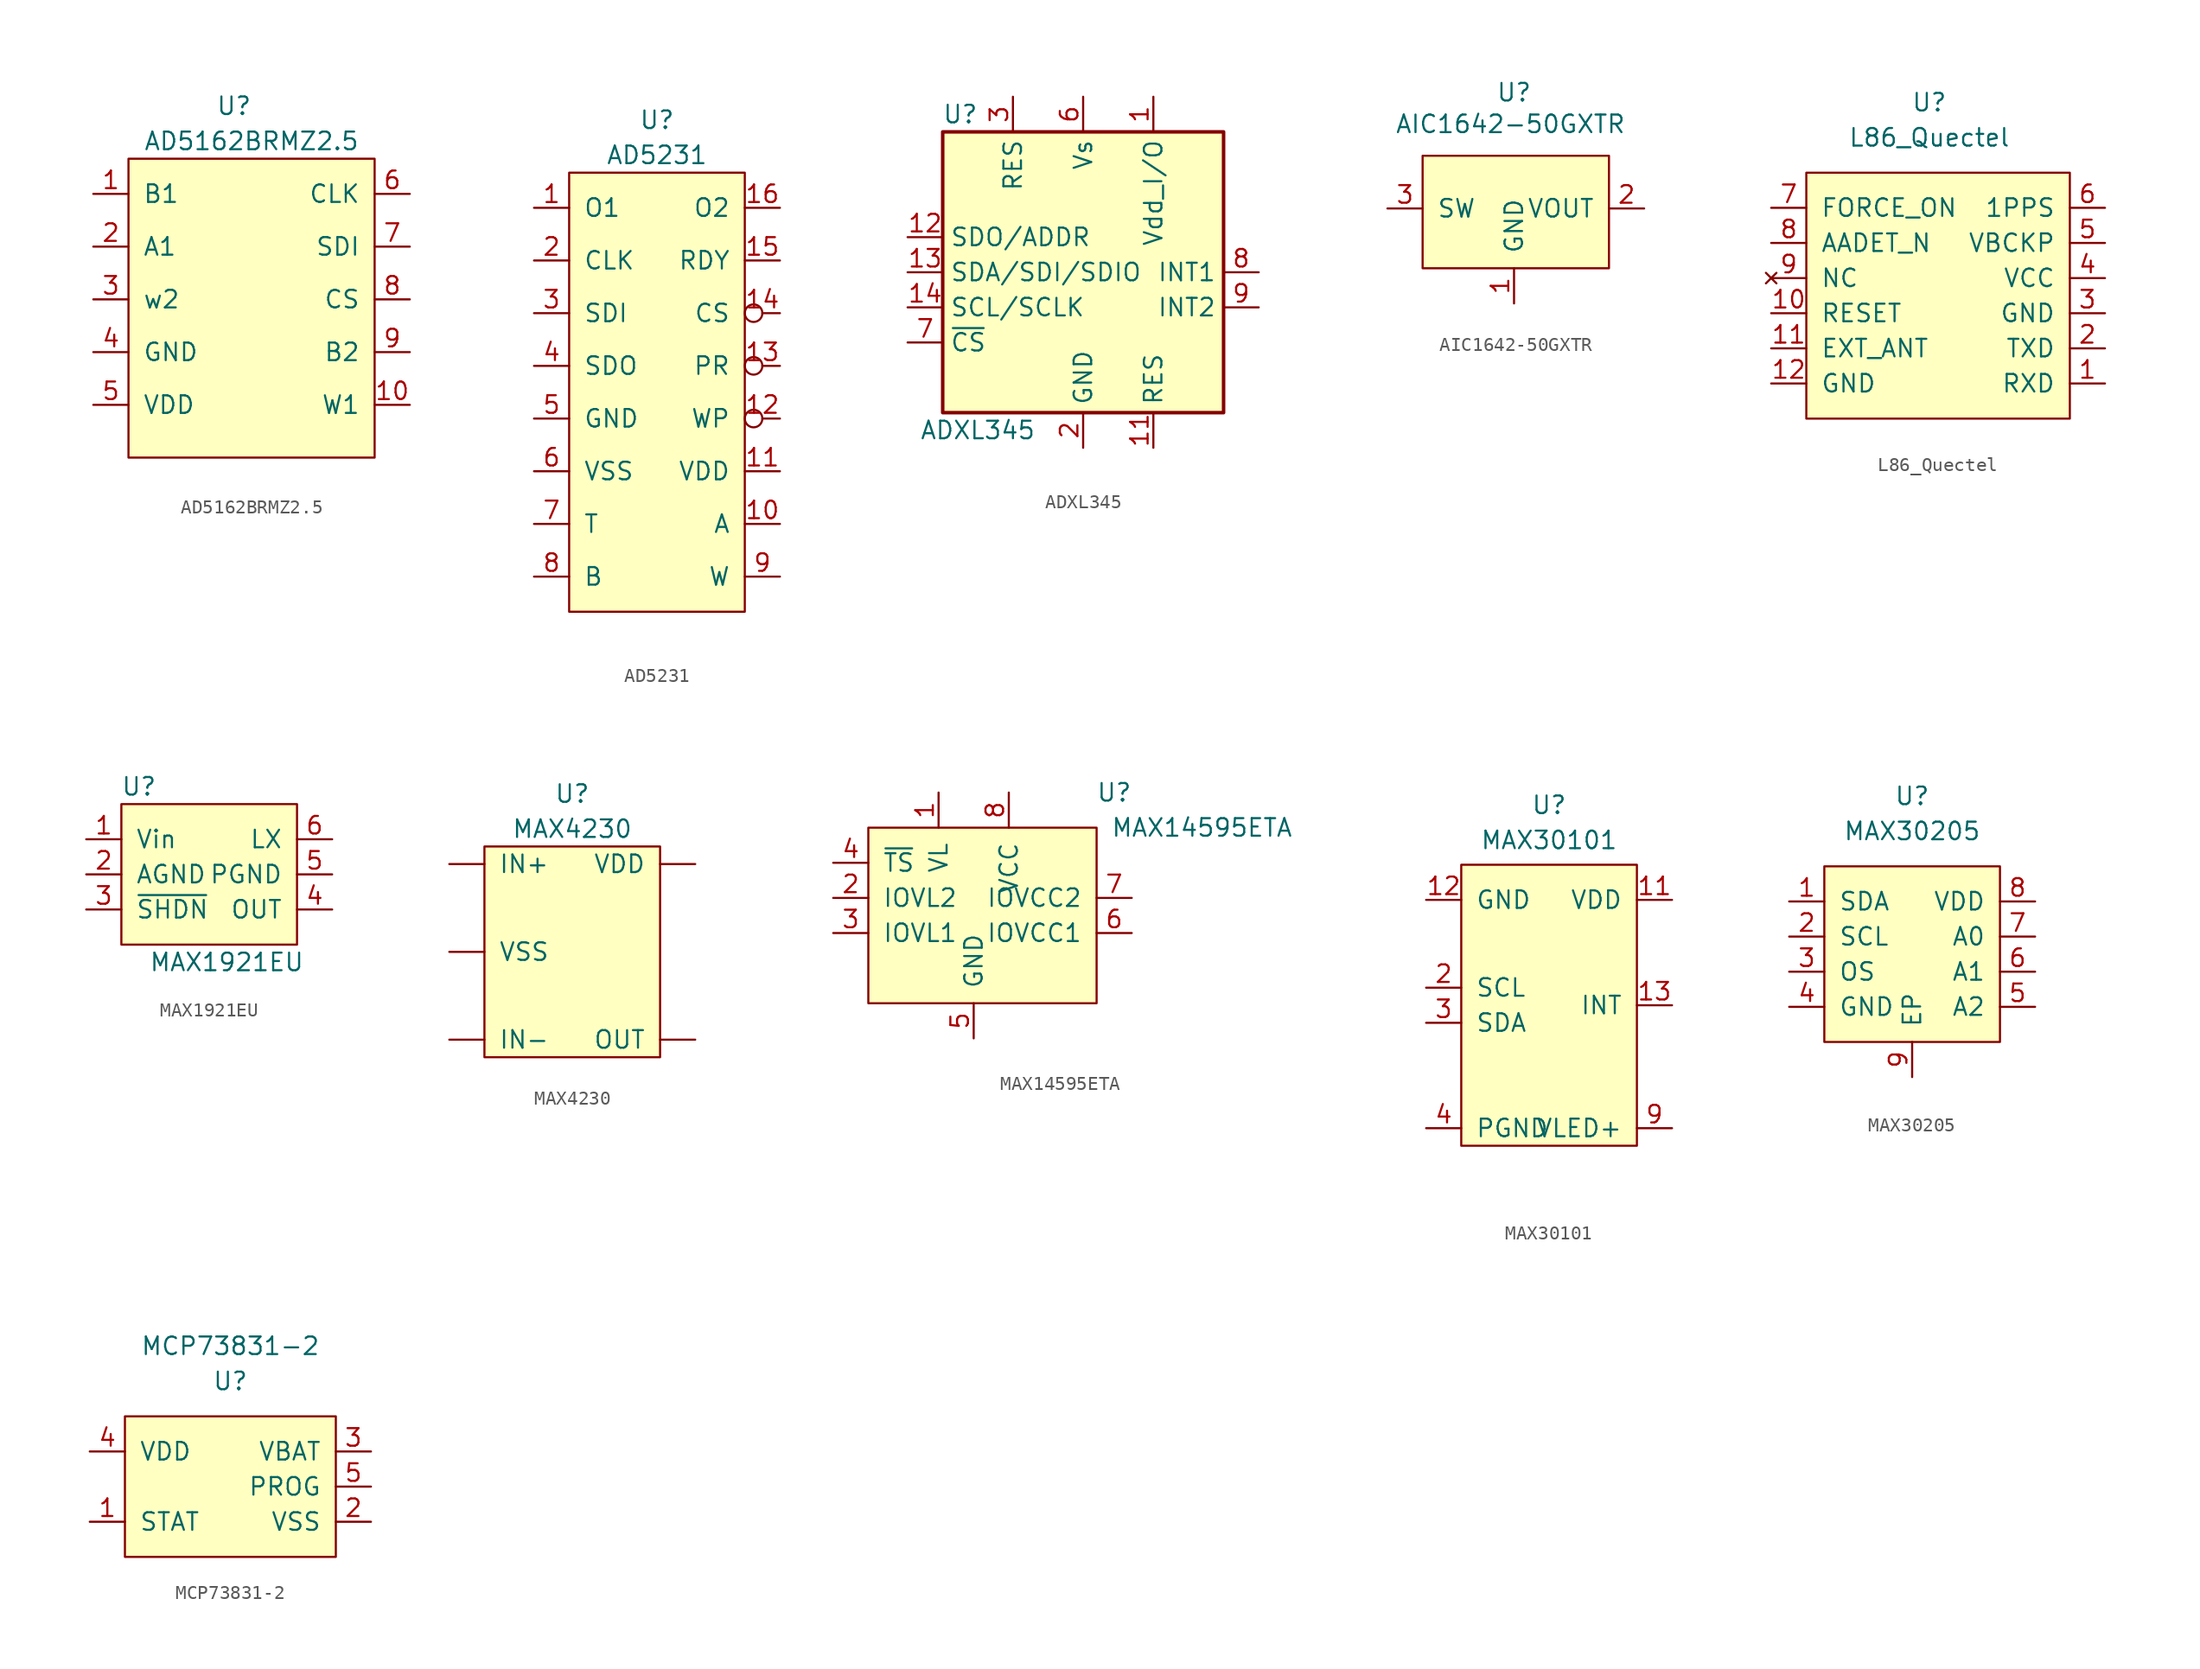
<source format=kicad_sym>
(kicad_symbol_lib
  (version 20220914)
  (generator kicad_symbol_editor)
  (symbol "AD5162BRMZ2.5"
    (pin_names
      (offset 1.016))
    (property "Reference" "U"
      (at -1.27 13.97 0)
      (effects (font (size 1.27 1.27))))
    (property "Value" "AD5162BRMZ2.5"
      (at 0 11.43 0)
      (effects (font (size 1.27 1.27))))
    (symbol "AD5162BRMZ2.5_0_1"
      (rectangle (start -8.89 -11.43) (end 8.89 10.16) (stroke (width 0) (type solid)) (fill (type background))))
    (symbol "AD5162BRMZ2.5_1_1"
      (pin input line (at -11.43 7.62 0) (length 2.54) (name "B1" (effects (font (size 1.27 1.27)))) (number "1" (effects (font (size 1.27 1.27)))))
      (pin input line (at 11.43 -7.62 180) (length 2.54) (name "W1" (effects (font (size 1.27 1.27)))) (number "10" (effects (font (size 1.27 1.27)))))
      (pin input line (at -11.43 3.81 0) (length 2.54) (name "A1" (effects (font (size 1.27 1.27)))) (number "2" (effects (font (size 1.27 1.27)))))
      (pin input line (at -11.43 0 0) (length 2.54) (name "w2" (effects (font (size 1.27 1.27)))) (number "3" (effects (font (size 1.27 1.27)))))
      (pin input line (at -11.43 -3.81 0) (length 2.54) (name "GND" (effects (font (size 1.27 1.27)))) (number "4" (effects (font (size 1.27 1.27)))))
      (pin input line (at -11.43 -7.62 0) (length 2.54) (name "VDD" (effects (font (size 1.27 1.27)))) (number "5" (effects (font (size 1.27 1.27)))))
      (pin input line (at 11.43 7.62 180) (length 2.54) (name "CLK" (effects (font (size 1.27 1.27)))) (number "6" (effects (font (size 1.27 1.27)))))
      (pin input line (at 11.43 3.81 180) (length 2.54) (name "SDI" (effects (font (size 1.27 1.27)))) (number "7" (effects (font (size 1.27 1.27)))))
      (pin input line (at 11.43 0 180) (length 2.54) (name "CS" (effects (font (size 1.27 1.27)))) (number "8" (effects (font (size 1.27 1.27)))))
      (pin input line (at 11.43 -3.81 180) (length 2.54) (name "B2" (effects (font (size 1.27 1.27)))) (number "9" (effects (font (size 1.27 1.27)))))))
  (symbol "AD5231"
    (pin_names
      (offset 1.016))
    (property "Reference" "U"
      (at 0 19.05 0)
      (effects (font (size 1.27 1.27))))
    (property "Value" "AD5231"
      (at 0 16.51 0)
      (effects (font (size 1.27 1.27))))
    (symbol "AD5231_0_1"
      (rectangle (start -6.35 -16.51) (end 6.35 15.24) (stroke (width 0) (type solid)) (fill (type background))))
    (symbol "AD5231_1_1"
      (pin output line (at -8.89 12.7 0) (length 2.54) (name "O1" (effects (font (size 1.27 1.27)))) (number "1" (effects (font (size 1.27 1.27)))))
      (pin input line (at 8.89 -10.16 180) (length 2.54) (name "A" (effects (font (size 1.27 1.27)))) (number "10" (effects (font (size 1.27 1.27)))))
      (pin power_in line (at 8.89 -6.35 180) (length 2.54) (name "VDD" (effects (font (size 1.27 1.27)))) (number "11" (effects (font (size 1.27 1.27)))))
      (pin input inverted (at 8.89 -2.54 180) (length 2.54) (name "WP" (effects (font (size 1.27 1.27)))) (number "12" (effects (font (size 1.27 1.27)))))
      (pin input inverted (at 8.89 1.27 180) (length 2.54) (name "PR" (effects (font (size 1.27 1.27)))) (number "13" (effects (font (size 1.27 1.27)))))
      (pin input inverted (at 8.89 5.08 180) (length 2.54) (name "CS" (effects (font (size 1.27 1.27)))) (number "14" (effects (font (size 1.27 1.27)))))
      (pin input line (at 8.89 8.89 180) (length 2.54) (name "RDY" (effects (font (size 1.27 1.27)))) (number "15" (effects (font (size 1.27 1.27)))))
      (pin output line (at 8.89 12.7 180) (length 2.54) (name "O2" (effects (font (size 1.27 1.27)))) (number "16" (effects (font (size 1.27 1.27)))))
      (pin input line (at -8.89 8.89 0) (length 2.54) (name "CLK" (effects (font (size 1.27 1.27)))) (number "2" (effects (font (size 1.27 1.27)))))
      (pin input line (at -8.89 5.08 0) (length 2.54) (name "SDI" (effects (font (size 1.27 1.27)))) (number "3" (effects (font (size 1.27 1.27)))))
      (pin output line (at -8.89 1.27 0) (length 2.54) (name "SDO" (effects (font (size 1.27 1.27)))) (number "4" (effects (font (size 1.27 1.27)))))
      (pin power_in line (at -8.89 -2.54 0) (length 2.54) (name "GND" (effects (font (size 1.27 1.27)))) (number "5" (effects (font (size 1.27 1.27)))))
      (pin power_in line (at -8.89 -6.35 0) (length 2.54) (name "VSS" (effects (font (size 1.27 1.27)))) (number "6" (effects (font (size 1.27 1.27)))))
      (pin input line (at -8.89 -10.16 0) (length 2.54) (name "T" (effects (font (size 1.27 1.27)))) (number "7" (effects (font (size 1.27 1.27)))))
      (pin input line (at -8.89 -13.97 0) (length 2.54) (name "B" (effects (font (size 1.27 1.27)))) (number "8" (effects (font (size 1.27 1.27)))))
      (pin output line (at 8.89 -13.97 180) (length 2.54) (name "W" (effects (font (size 1.27 1.27)))) (number "9" (effects (font (size 1.27 1.27)))))))
  (symbol "ADXL345"
    (property "Reference" "U"
      (at -8.89 11.43 0)
      (effects (font (size 1.27 1.27))))
    (property "Value" "ADXL345"
      (at -7.62 -11.43 0)
      (effects (font (size 1.27 1.27))))
    (symbol "ADXL345_0_1"
      (rectangle (start -10.16 10.16) (end 10.16 -10.16) (stroke (width 0.254) (type solid)) (fill (type background))))
    (symbol "ADXL345_1_1"
      (pin power_in line (at 5.08 12.7 270) (length 2.54) (name "Vdd_I/O" (effects (font (size 1.27 1.27)))) (number "1" (effects (font (size 1.27 1.27)))))
      (pin no_connect line (at -5.08 -10.16 90) (length 2.54) hide (name "NC" (effects (font (size 1.27 1.27)))) (number "10" (effects (font (size 1.27 1.27)))))
      (pin passive line (at 5.08 -12.7 90) (length 2.54) (name "RES" (effects (font (size 1.27 1.27)))) (number "11" (effects (font (size 1.27 1.27)))))
      (pin bidirectional line (at -12.7 2.54 0) (length 2.54) (name "SDO/ADDR" (effects (font (size 1.27 1.27)))) (number "12" (effects (font (size 1.27 1.27)))))
      (pin bidirectional line (at -12.7 0 0) (length 2.54) (name "SDA/SDI/SDIO" (effects (font (size 1.27 1.27)))) (number "13" (effects (font (size 1.27 1.27)))))
      (pin input line (at -12.7 -2.54 0) (length 2.54) (name "SCL/SCLK" (effects (font (size 1.27 1.27)))) (number "14" (effects (font (size 1.27 1.27)))))
      (pin power_in line (at 0 -12.7 90) (length 2.54) (name "GND" (effects (font (size 1.27 1.27)))) (number "2" (effects (font (size 1.27 1.27)))))
      (pin passive line (at -5.08 12.7 270) (length 2.54) (name "RES" (effects (font (size 1.27 1.27)))) (number "3" (effects (font (size 1.27 1.27)))))
      (pin passive line (at 0 -12.7 90) (length 2.54) hide (name "GND" (effects (font (size 1.27 1.27)))) (number "4" (effects (font (size 1.27 1.27)))))
      (pin passive line (at 0 -12.7 90) (length 2.54) hide (name "GND" (effects (font (size 1.27 1.27)))) (number "5" (effects (font (size 1.27 1.27)))))
      (pin power_in line (at 0 12.7 270) (length 2.54) (name "Vs" (effects (font (size 1.27 1.27)))) (number "6" (effects (font (size 1.27 1.27)))))
      (pin input line (at -12.7 -5.08 0) (length 2.54) (name "~{CS}" (effects (font (size 1.27 1.27)))) (number "7" (effects (font (size 1.27 1.27)))))
      (pin output line (at 12.7 0 180) (length 2.54) (name "INT1" (effects (font (size 1.27 1.27)))) (number "8" (effects (font (size 1.27 1.27)))))
      (pin output line (at 12.7 -2.54 180) (length 2.54) (name "INT2" (effects (font (size 1.27 1.27)))) (number "9" (effects (font (size 1.27 1.27)))))))
  (symbol "AIC1642-50GXTR"
    (pin_names
      (offset 1.016))
    (property "Reference" "U"
      (at 0 8.382 0)
      (effects (font (size 1.27 1.27))))
    (property "Value" "AIC1642-50GXTR"
      (at -0.254 6.096 0)
      (effects (font (size 1.27 1.27))))
    (symbol "AIC1642-50GXTR_0_0"
      (pin power_in line (at 0 -6.858 90) (length 2.54) (name "GND" (effects (font (size 1.27 1.27)))) (number "1" (effects (font (size 1.27 1.27)))))
      (pin power_out line (at 9.398 0 180) (length 2.54) (name "VOUT" (effects (font (size 1.27 1.27)))) (number "2" (effects (font (size 1.27 1.27)))))
      (pin bidirectional line (at -9.144 0 0) (length 2.54) (name "SW" (effects (font (size 1.27 1.27)))) (number "3" (effects (font (size 1.27 1.27))))))
    (symbol "AIC1642-50GXTR_0_1"
      (rectangle (start -6.604 3.81) (end 6.858 -4.318) (stroke (width 0) (type solid)) (fill (type background)))))
  (symbol "L86_Quectel"
    (pin_names
      (offset 1.016))
    (property "Reference" "U"
      (at 0 12.7 0)
      (effects (font (size 1.27 1.27))))
    (property "Value" "L86_Quectel"
      (at 0 10.16 0)
      (effects (font (size 1.27 1.27))))
    (symbol "L86_Quectel_0_0"
      (pin bidirectional line (at 12.7 -7.62 180) (length 2.54) (name "RXD" (effects (font (size 1.27 1.27)))) (number "1" (effects (font (size 1.27 1.27)))))
      (pin input line (at -11.43 -2.54 0) (length 2.54) (name "RESET" (effects (font (size 1.27 1.27)))) (number "10" (effects (font (size 1.27 1.27)))))
      (pin output line (at -11.43 -5.08 0) (length 2.54) (name "EXT_ANT" (effects (font (size 1.27 1.27)))) (number "11" (effects (font (size 1.27 1.27)))))
      (pin power_out line (at -11.43 -7.62 0) (length 2.54) (name "GND" (effects (font (size 1.27 1.27)))) (number "12" (effects (font (size 1.27 1.27)))))
      (pin bidirectional line (at 12.7 -5.08 180) (length 2.54) (name "TXD" (effects (font (size 1.27 1.27)))) (number "2" (effects (font (size 1.27 1.27)))))
      (pin power_out line (at 12.7 -2.54 180) (length 2.54) (name "GND" (effects (font (size 1.27 1.27)))) (number "3" (effects (font (size 1.27 1.27)))))
      (pin power_in line (at 12.7 0 180) (length 2.54) (name "VCC" (effects (font (size 1.27 1.27)))) (number "4" (effects (font (size 1.27 1.27)))))
      (pin input line (at 12.7 2.54 180) (length 2.54) (name "VBCKP" (effects (font (size 1.27 1.27)))) (number "5" (effects (font (size 1.27 1.27)))))
      (pin output line (at 12.7 5.08 180) (length 2.54) (name "1PPS" (effects (font (size 1.27 1.27)))) (number "6" (effects (font (size 1.27 1.27)))))
      (pin input line (at -11.43 5.08 0) (length 2.54) (name "FORCE_ON" (effects (font (size 1.27 1.27)))) (number "7" (effects (font (size 1.27 1.27)))))
      (pin bidirectional line (at -11.43 2.54 0) (length 2.54) (name "AADET_N" (effects (font (size 1.27 1.27)))) (number "8" (effects (font (size 1.27 1.27)))))
      (pin no_connect line (at -11.43 0 0) (length 2.54) (name "NC" (effects (font (size 1.27 1.27)))) (number "9" (effects (font (size 1.27 1.27))))))
    (symbol "L86_Quectel_0_1"
      (rectangle (start -8.89 7.62) (end 10.16 -10.16) (stroke (width 0) (type solid)) (fill (type background)))))
  (symbol "MAX1921EU"
    (pin_names
      (offset 1.016))
    (property "Reference" "U"
      (at -5.08 6.35 0)
      (effects (font (size 1.27 1.27))))
    (property "Value" "MAX1921EU"
      (at 1.27 -6.35 0)
      (effects (font (size 1.27 1.27))))
    (symbol "MAX1921EU_0_1"
      (rectangle (start -6.35 5.08) (end 6.35 -5.08) (stroke (width 0) (type solid)) (fill (type background))))
    (symbol "MAX1921EU_1_1"
      (pin passive line (at -8.89 2.54 0) (length 2.54) (name "Vin" (effects (font (size 1.27 1.27)))) (number "1" (effects (font (size 1.27 1.27)))))
      (pin passive line (at -8.89 0 0) (length 2.54) (name "AGND" (effects (font (size 1.27 1.27)))) (number "2" (effects (font (size 1.27 1.27)))))
      (pin passive line (at -8.89 -2.54 0) (length 2.54) (name "~{SHDN}" (effects (font (size 1.27 1.27)))) (number "3" (effects (font (size 1.27 1.27)))))
      (pin passive line (at 8.89 -2.54 180) (length 2.54) (name "OUT" (effects (font (size 1.27 1.27)))) (number "4" (effects (font (size 1.27 1.27)))))
      (pin passive line (at 8.89 0 180) (length 2.54) (name "PGND" (effects (font (size 1.27 1.27)))) (number "5" (effects (font (size 1.27 1.27)))))
      (pin passive line (at 8.89 2.54 180) (length 2.54) (name "LX" (effects (font (size 1.27 1.27)))) (number "6" (effects (font (size 1.27 1.27)))))))
  (symbol "MAX4230"
    (pin_numbers hide)
    (pin_names
      (offset 1.016))
    (property "Reference" "U"
      (at 0 11.43 0)
      (effects (font (size 1.27 1.27))))
    (property "Value" "MAX4230"
      (at 0 8.89 0)
      (effects (font (size 1.27 1.27))))
    (symbol "MAX4230_0_1"
      (rectangle (start -6.35 7.62) (end 6.35 -7.62) (stroke (width 0) (type solid)) (fill (type background))))
    (symbol "MAX4230_1_1"
      (pin passive line (at -8.89 6.35 0) (length 2.54) (name "IN+" (effects (font (size 1.27 1.27)))) (number "1" (effects (font (size 1.27 1.27)))))
      (pin passive line (at -8.89 0 0) (length 2.54) (name "VSS" (effects (font (size 1.27 1.27)))) (number "2" (effects (font (size 1.27 1.27)))))
      (pin passive line (at -8.89 -6.35 0) (length 2.54) (name "IN-" (effects (font (size 1.27 1.27)))) (number "3" (effects (font (size 1.27 1.27)))))
      (pin passive line (at 8.89 -6.35 180) (length 2.54) (name "OUT" (effects (font (size 1.27 1.27)))) (number "4" (effects (font (size 1.27 1.27)))))
      (pin passive line (at 8.89 6.35 180) (length 2.54) (name "VDD" (effects (font (size 1.27 1.27)))) (number "5" (effects (font (size 1.27 1.27)))))))
  (symbol "MAX14595ETA"
    (pin_names
      (offset 1.016))
    (property "Reference" "U"
      (at 10.16 8.89 0)
      (effects (font (size 1.27 1.27))))
    (property "Value" "MAX14595ETA"
      (at 16.51 6.35 0)
      (effects (font (size 1.27 1.27))))
    (symbol "MAX14595ETA_0_1"
      (rectangle (start -7.62 6.35) (end 8.89 -6.35) (stroke (width 0) (type solid)) (fill (type background))))
    (symbol "MAX14595ETA_1_1"
      (pin passive line (at -2.54 8.89 270) (length 2.54) (name "VL" (effects (font (size 1.27 1.27)))) (number "1" (effects (font (size 1.27 1.27)))))
      (pin passive line (at -10.16 1.27 0) (length 2.54) (name "IOVL2" (effects (font (size 1.27 1.27)))) (number "2" (effects (font (size 1.27 1.27)))))
      (pin passive line (at -10.16 -1.27 0) (length 2.54) (name "IOVL1" (effects (font (size 1.27 1.27)))) (number "3" (effects (font (size 1.27 1.27)))))
      (pin passive line (at -10.16 3.81 0) (length 2.54) (name "~{TS}" (effects (font (size 1.27 1.27)))) (number "4" (effects (font (size 1.27 1.27)))))
      (pin passive line (at 0 -8.89 90) (length 2.54) (name "GND" (effects (font (size 1.27 1.27)))) (number "5" (effects (font (size 1.27 1.27)))))
      (pin passive line (at 11.43 -1.27 180) (length 2.54) (name "IOVCC1" (effects (font (size 1.27 1.27)))) (number "6" (effects (font (size 1.27 1.27)))))
      (pin passive line (at 11.43 1.27 180) (length 2.54) (name "IOVCC2" (effects (font (size 1.27 1.27)))) (number "7" (effects (font (size 1.27 1.27)))))
      (pin passive line (at 2.54 8.89 270) (length 2.54) (name "VCC" (effects (font (size 1.27 1.27)))) (number "8" (effects (font (size 1.27 1.27)))))))
  (symbol "MAX30101"
    (pin_names
      (offset 1.016))
    (property "Reference" "U"
      (at 0 14.478 0)
      (effects (font (size 1.27 1.27))))
    (property "Value" "MAX30101"
      (at 0 11.938 0)
      (effects (font (size 1.27 1.27))))
    (symbol "MAX30101_0_0"
      (pin no_connect line (at -6.35 -12.7 90) (length 2.54) hide (name "NC" (effects (font (size 1.27 1.27)))) (number "1" (effects (font (size 1.27 1.27)))))
      (pin power_in line (at 8.89 -8.89 180) (length 2.54) hide (name "VLED+" (effects (font (size 1.27 1.27)))) (number "10" (effects (font (size 1.27 1.27)))))
      (pin power_in line (at 8.89 7.62 180) (length 2.54) (name "VDD" (effects (font (size 1.27 1.27)))) (number "11" (effects (font (size 1.27 1.27)))))
      (pin power_out line (at -8.89 7.62 0) (length 2.54) (name "GND" (effects (font (size 1.27 1.27)))) (number "12" (effects (font (size 1.27 1.27)))))
      (pin bidirectional line (at 8.89 0 180) (length 2.54) (name "INT" (effects (font (size 1.27 1.27)))) (number "13" (effects (font (size 1.27 1.27)))))
      (pin no_connect line (at 6.35 -12.7 90) (length 2.54) hide (name "NC" (effects (font (size 1.27 1.27)))) (number "14" (effects (font (size 1.27 1.27)))))
      (pin bidirectional line (at -8.89 1.27 0) (length 2.54) (name "SCL" (effects (font (size 1.27 1.27)))) (number "2" (effects (font (size 1.27 1.27)))))
      (pin bidirectional line (at -8.89 -1.27 0) (length 2.54) (name "SDA" (effects (font (size 1.27 1.27)))) (number "3" (effects (font (size 1.27 1.27)))))
      (pin power_out line (at -8.89 -8.89 0) (length 2.54) (name "PGND" (effects (font (size 1.27 1.27)))) (number "4" (effects (font (size 1.27 1.27)))))
      (pin no_connect line (at -3.81 -12.7 90) (length 2.54) hide (name "NC" (effects (font (size 1.27 1.27)))) (number "5" (effects (font (size 1.27 1.27)))))
      (pin no_connect line (at -1.27 -12.7 90) (length 2.54) hide (name "NC" (effects (font (size 1.27 1.27)))) (number "6" (effects (font (size 1.27 1.27)))))
      (pin no_connect line (at 1.27 -12.7 90) (length 2.54) hide (name "NC" (effects (font (size 1.27 1.27)))) (number "7" (effects (font (size 1.27 1.27)))))
      (pin no_connect line (at 3.81 -12.7 90) (length 2.54) hide (name "NC" (effects (font (size 1.27 1.27)))) (number "8" (effects (font (size 1.27 1.27)))))
      (pin power_in line (at 8.89 -8.89 180) (length 2.54) (name "VLED+" (effects (font (size 1.27 1.27)))) (number "9" (effects (font (size 1.27 1.27))))))
    (symbol "MAX30101_0_1"
      (rectangle (start -6.35 10.16) (end 6.35 -10.16) (stroke (width 0) (type solid)) (fill (type background)))))
  (symbol "MAX30205"
    (pin_names
      (offset 1.016))
    (property "Reference" "U"
      (at 0 11.43 0)
      (effects (font (size 1.27 1.27))))
    (property "Value" "MAX30205"
      (at 0 8.89 0)
      (effects (font (size 1.27 1.27))))
    (symbol "MAX30205_0_0"
      (pin bidirectional line (at -8.89 3.81 0) (length 2.54) (name "SDA" (effects (font (size 1.27 1.27)))) (number "1" (effects (font (size 1.27 1.27)))))
      (pin bidirectional line (at -8.89 1.27 0) (length 2.54) (name "SCL" (effects (font (size 1.27 1.27)))) (number "2" (effects (font (size 1.27 1.27)))))
      (pin bidirectional line (at -8.89 -1.27 0) (length 2.54) (name "OS" (effects (font (size 1.27 1.27)))) (number "3" (effects (font (size 1.27 1.27)))))
      (pin power_out line (at -8.89 -3.81 0) (length 2.54) (name "GND" (effects (font (size 1.27 1.27)))) (number "4" (effects (font (size 1.27 1.27)))))
      (pin bidirectional line (at 8.89 -3.81 180) (length 2.54) (name "A2" (effects (font (size 1.27 1.27)))) (number "5" (effects (font (size 1.27 1.27)))))
      (pin bidirectional line (at 8.89 -1.27 180) (length 2.54) (name "A1" (effects (font (size 1.27 1.27)))) (number "6" (effects (font (size 1.27 1.27)))))
      (pin bidirectional line (at 8.89 1.27 180) (length 2.54) (name "A0" (effects (font (size 1.27 1.27)))) (number "7" (effects (font (size 1.27 1.27)))))
      (pin power_in line (at 8.89 3.81 180) (length 2.54) (name "VDD" (effects (font (size 1.27 1.27)))) (number "8" (effects (font (size 1.27 1.27)))))
      (pin power_out line (at 0 -8.89 90) (length 2.54) (name "EP" (effects (font (size 1.27 1.27)))) (number "9" (effects (font (size 1.27 1.27))))))
    (symbol "MAX30205_0_1"
      (rectangle (start -6.35 6.35) (end 6.35 -6.35) (stroke (width 0) (type solid)) (fill (type background)))))
  (symbol "MCP73831-2"
    (pin_names
      (offset 1.016))
    (property "Reference" "U"
      (at 0 7.62 0)
      (effects (font (size 1.27 1.27))))
    (property "Value" "MCP73831-2"
      (at 0 10.16 0)
      (effects (font (size 1.27 1.27))))
    (symbol "MCP73831-2_0_0"
      (pin output line (at -10.16 -2.54 0) (length 2.54) (name "STAT" (effects (font (size 1.27 1.27)))) (number "1" (effects (font (size 1.27 1.27)))))
      (pin power_in line (at 10.16 -2.54 180) (length 2.54) (name "VSS" (effects (font (size 1.27 1.27)))) (number "2" (effects (font (size 1.27 1.27)))))
      (pin power_in line (at 10.16 2.54 180) (length 2.54) (name "VBAT" (effects (font (size 1.27 1.27)))) (number "3" (effects (font (size 1.27 1.27)))))
      (pin power_in line (at -10.16 2.54 0) (length 2.54) (name "VDD" (effects (font (size 1.27 1.27)))) (number "4" (effects (font (size 1.27 1.27)))))
      (pin input line (at 10.16 0 180) (length 2.54) (name "PROG" (effects (font (size 1.27 1.27)))) (number "5" (effects (font (size 1.27 1.27))))))
    (symbol "MCP73831-2_0_1"
      (rectangle (start -7.62 5.08) (end 7.62 -5.08) (stroke (width 0) (type solid)) (fill (type background))))))
</source>
